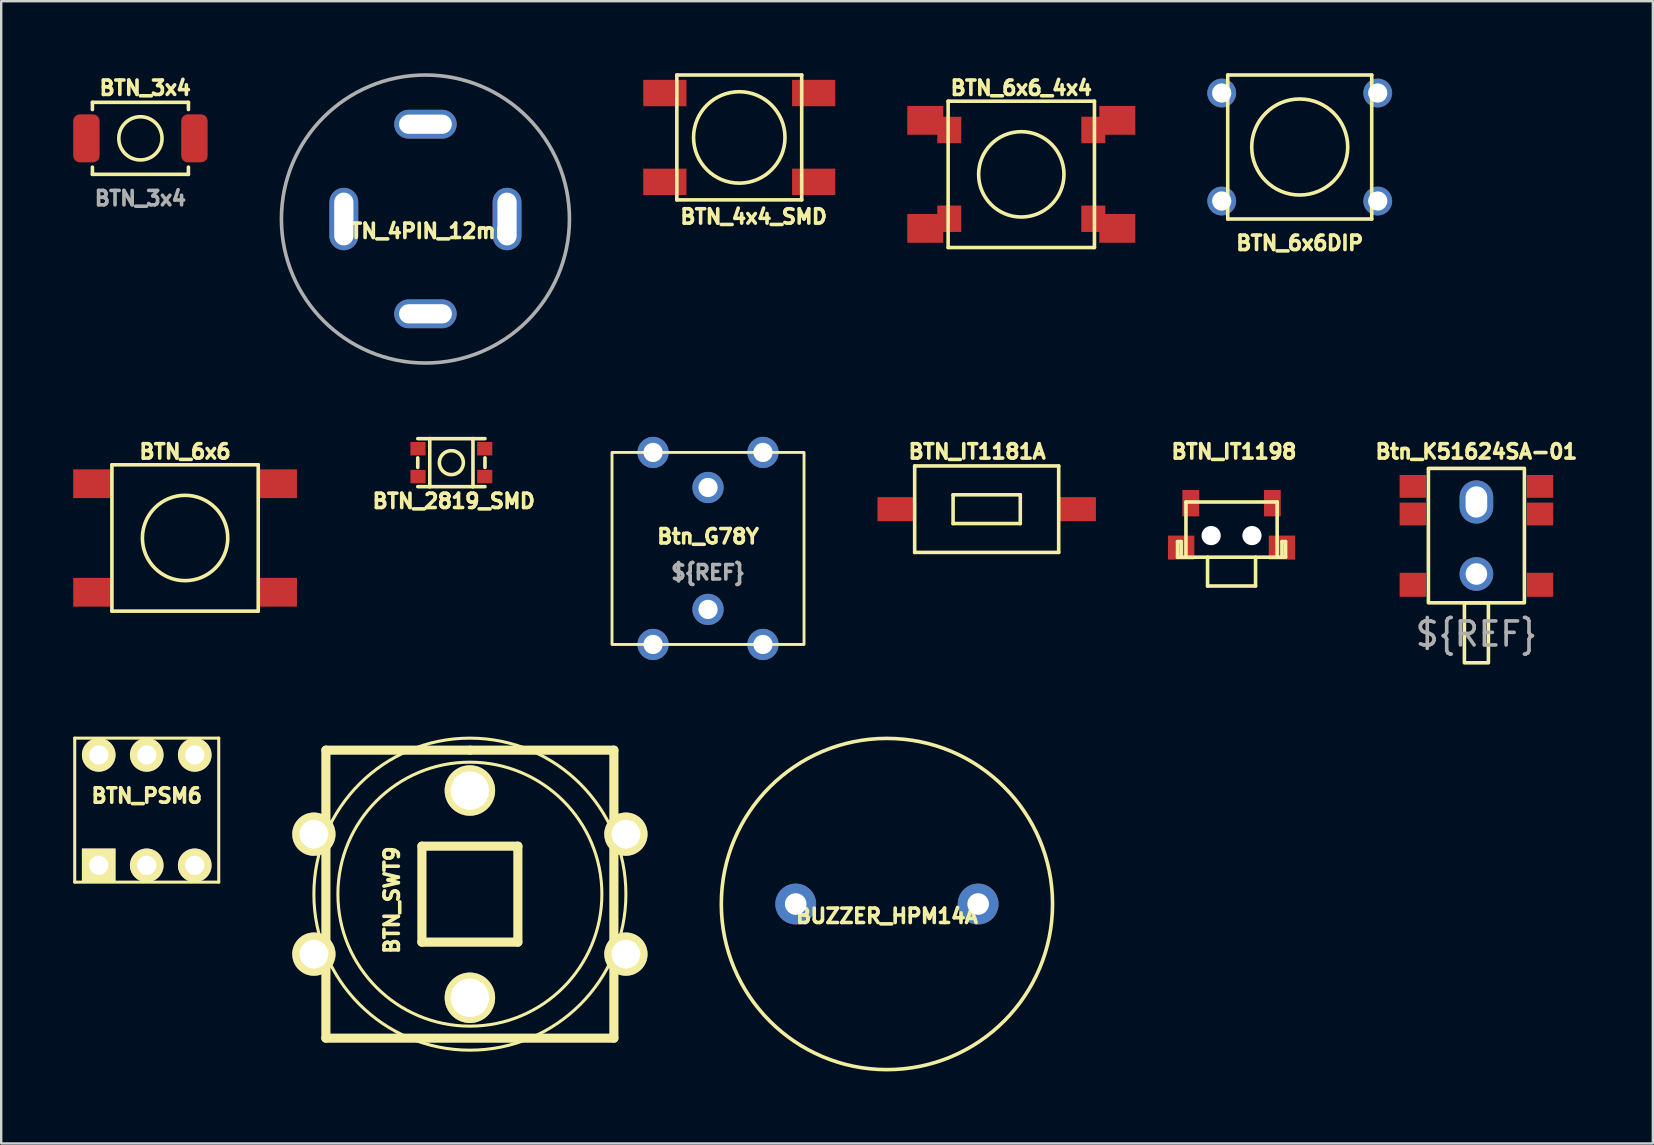
<source format=kicad_pcb>
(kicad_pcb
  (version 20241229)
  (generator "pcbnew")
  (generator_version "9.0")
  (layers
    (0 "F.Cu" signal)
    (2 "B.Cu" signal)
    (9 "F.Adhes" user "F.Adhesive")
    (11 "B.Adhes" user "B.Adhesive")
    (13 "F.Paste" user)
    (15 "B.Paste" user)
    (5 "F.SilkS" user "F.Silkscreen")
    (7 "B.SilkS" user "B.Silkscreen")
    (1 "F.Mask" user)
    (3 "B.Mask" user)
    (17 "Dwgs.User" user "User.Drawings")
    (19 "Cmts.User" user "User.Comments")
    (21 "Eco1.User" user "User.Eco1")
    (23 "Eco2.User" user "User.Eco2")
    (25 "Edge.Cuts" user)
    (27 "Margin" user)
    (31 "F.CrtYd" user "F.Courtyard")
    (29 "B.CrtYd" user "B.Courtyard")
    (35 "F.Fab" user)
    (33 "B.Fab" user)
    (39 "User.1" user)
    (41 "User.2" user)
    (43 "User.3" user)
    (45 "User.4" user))
  (footprint "BTN_IT1198"
    (layer "F.Cu")
    (at 48.26 21.364)
    (property "Reference" "BTN_IT1198" (at 0.1 -5.6 0) (layer "F.SilkS") (effects (font (size 0.6 0.6) (thickness 0.15))))
    (attr through_hole)
    (fp_line (start -2.25 -1.85) (end -2.1 -1.85) (stroke (width 0.15) (type solid)) (layer "F.SilkS"))
    (fp_line (start -2.25 -1.2) (end -2.25 -1.85) (stroke (width 0.15) (type solid)) (layer "F.SilkS"))
    (fp_line (start -2.25 -1.2) (end 2.25 -1.2) (stroke (width 0.15) (type solid)) (layer "F.SilkS"))
    (fp_line (start -2.1 -1.85) (end -2.1 -1.2) (stroke (width 0.15) (type solid)) (layer "F.SilkS"))
    (fp_line (start -1.9 -3.5) (end -1.9 -1.2) (stroke (width 0.15) (type solid)) (layer "F.SilkS"))
    (fp_line (start -1.9 -3.5) (end 1.9 -3.5) (stroke (width 0.15) (type solid)) (layer "F.SilkS"))
    (fp_line (start -1 -1.2) (end -1 0) (stroke (width 0.15) (type solid)) (layer "F.SilkS"))
    (fp_line (start -1 0) (end 1 0) (stroke (width 0.15) (type solid)) (layer "F.SilkS"))
    (fp_line (start 1 0) (end 1 -1.2) (stroke (width 0.15) (type solid)) (layer "F.SilkS"))
    (fp_line (start 1.9 -3.5) (end 1.9 -1.2) (stroke (width 0.15) (type solid)) (layer "F.SilkS"))
    (fp_line (start 2.1 -1.85) (end 2.1 -1.2) (stroke (width 0.15) (type solid)) (layer "F.SilkS"))
    (fp_line (start 2.25 -1.85) (end 2.1 -1.85) (stroke (width 0.15) (type solid)) (layer "F.SilkS"))
    (fp_line (start 2.25 -1.2) (end 2.25 -1.85) (stroke (width 0.15) (type solid)) (layer "F.SilkS"))
    (pad "" np_thru_hole circle (at -0.85 -2.1) (size 0.8 0.8) (drill 0.8) (layers "*.Cu"))
    (pad "" np_thru_hole circle (at 0.85 -2.1) (size 0.8 0.8) (drill 0.8) (layers "*.Cu"))
    (pad "1" smd rect (at -1.7 -3.45) (size 0.7 1.1) (layers "F.Cu" "F.Mask" "F.Paste"))
    (pad "2" smd rect (at 1.7 -3.45) (size 0.7 1.1) (layers "F.Cu" "F.Mask" "F.Paste"))
    (pad "H" smd rect (at -2.1 -1.6) (size 1.1 1) (layers "F.Cu" "F.Mask" "F.Paste"))
    (pad "H" smd rect (at 2.1 -1.6) (size 1.1 1) (layers "F.Cu" "F.Mask" "F.Paste")))
  (footprint "BUZZER_HPM14A"
    (layer "F.Cu")
    (at 33.902 34.614)
    (property "Reference" "BUZZER_HPM14A" (at 0 0.5 0) (layer "F.SilkS") (effects (font (size 0.6 0.6) (thickness 0.15))))
    (attr through_hole)
    (fp_circle (center 0 0) (end 6.9 0) (stroke (width 0.15) (type solid)) (fill no) (layer "F.SilkS"))
    (pad "1" thru_hole circle (at -3.8 0) (size 1.7 1.7) (drill 0.9) (layers "*.Cu" "*.Mask"))
    (pad "2" thru_hole circle (at 3.8 0) (size 1.7 1.7) (drill 0.9) (layers "*.Cu" "*.Mask")))
  (footprint "BTN_SWT9"
    (layer "F.Cu")
    (at 16.527 34.203)
    (property "Reference" "BTN_SWT9" (at -3.25 0.25 90) (layer "F.SilkS") (effects (font (size 0.6 0.6) (thickness 0.15))))
    (attr through_hole)
    (fp_line (start -5.999 -5.999) (end 0 -5.999) (stroke (width 0.381) (type solid)) (layer "F.SilkS"))
    (fp_line (start -5.999 5.999) (end -5.999 -5.999) (stroke (width 0.381) (type solid)) (layer "F.SilkS"))
    (fp_line (start -1.999 -1.999) (end 1.999 -1.999) (stroke (width 0.381) (type solid)) (layer "F.SilkS"))
    (fp_line (start -1.999 1.999) (end -1.999 -1.999) (stroke (width 0.381) (type solid)) (layer "F.SilkS"))
    (fp_line (start 0 -5.999) (end 5.999 -5.999) (stroke (width 0.381) (type solid)) (layer "F.SilkS"))
    (fp_line (start 1.999 -1.999) (end 1.999 1.999) (stroke (width 0.381) (type solid)) (layer "F.SilkS"))
    (fp_line (start 1.999 1.999) (end -1.999 1.999) (stroke (width 0.381) (type solid)) (layer "F.SilkS"))
    (fp_line (start 5.999 -5.999) (end 5.999 5.999) (stroke (width 0.381) (type solid)) (layer "F.SilkS"))
    (fp_line (start 5.999 5.999) (end -5.999 5.999) (stroke (width 0.381) (type solid)) (layer "F.SilkS"))
    (fp_circle (center 0 0) (end 5.499 0) (stroke (width 0.127) (type solid)) (fill no) (layer "F.SilkS"))
    (fp_circle (center 0 0) (end 6.5 0) (stroke (width 0.127) (type solid)) (fill no) (layer "F.SilkS"))
    (pad "1" thru_hole circle (at -6.5 -2.499) (size 1.801 1.801) (drill 1.199) (layers "*.Cu" "*.Mask" "F.SilkS"))
    (pad "1" thru_hole circle (at 6.5 -2.499) (size 1.801 1.801) (drill 1.199) (layers "*.Cu" "*.Mask" "F.SilkS"))
    (pad "2" thru_hole circle (at -6.5 2.499) (size 1.801 1.801) (drill 1.199) (layers "*.Cu" "*.Mask" "F.SilkS"))
    (pad "2" thru_hole circle (at 6.5 2.499) (size 1.801 1.801) (drill 1.199) (layers "*.Cu" "*.Mask" "F.SilkS"))
    (pad "H" thru_hole circle (at 0 -4.318) (size 2.101 2.101) (drill 1.6) (layers "*.Cu" "*.Mask" "F.SilkS"))
    (pad "H" thru_hole circle (at 0 4.318) (size 2.101 2.101) (drill 1.6) (layers "*.Cu" "*.Mask" "F.SilkS")))
  (footprint "BTN_6x6"
    (layer "F.Cu")
    (at 4.661 19.364)
    (property "Reference" "BTN_6x6" (at 0 -3.6 0) (layer "F.SilkS") (effects (font (size 0.6 0.6) (thickness 0.15))))
    (attr through_hole)
    (fp_line (start -3.048 -3.048) (end -3.048 3.048) (stroke (width 0.15) (type solid)) (layer "F.SilkS"))
    (fp_line (start -3.048 3.048) (end 3.048 3.048) (stroke (width 0.15) (type solid)) (layer "F.SilkS"))
    (fp_line (start 3.048 -3.048) (end -3.048 -3.048) (stroke (width 0.15) (type solid)) (layer "F.SilkS"))
    (fp_line (start 3.048 3.048) (end 3.048 -3.048) (stroke (width 0.15) (type solid)) (layer "F.SilkS"))
    (fp_circle (center 0 0) (end -1.778 0) (stroke (width 0.15) (type solid)) (fill no) (layer "F.SilkS"))
    (pad "1" smd rect (at -3.861 -2.261) (size 1.6 1.199) (layers "F.Cu" "F.Mask" "F.Paste"))
    (pad "1" smd rect (at 3.861 -2.261) (size 1.6 1.199) (layers "F.Cu" "F.Mask" "F.Paste"))
    (pad "2" smd rect (at -3.861 2.261) (size 1.6 1.199) (layers "F.Cu" "F.Mask" "F.Paste"))
    (pad "2" smd rect (at 3.861 2.261) (size 1.6 1.199) (layers "F.Cu" "F.Mask" "F.Paste")))
  (footprint "BTN_2819_SMD"
    (layer "F.Cu")
    (at 15.755 16.225)
    (property "Reference" "BTN_2819_SMD" (at 0.1 1.6 0) (layer "F.SilkS") (effects (font (size 0.599 0.599) (thickness 0.15))))
    (attr through_hole)
    (fp_line (start -1.4 -0.2) (end -1.4 0.2) (stroke (width 0.15) (type solid)) (layer "F.SilkS"))
    (fp_line (start -0.9 -1) (end -1.4 -1) (stroke (width 0.15) (type solid)) (layer "F.SilkS"))
    (fp_line (start -0.9 -1) (end -0.9 1) (stroke (width 0.15) (type solid)) (layer "F.SilkS"))
    (fp_line (start -0.9 1) (end -1.4 1) (stroke (width 0.15) (type solid)) (layer "F.SilkS"))
    (fp_line (start -0.9 1) (end 0.9 1) (stroke (width 0.15) (type solid)) (layer "F.SilkS"))
    (fp_line (start 0.9 -1) (end -0.9 -1) (stroke (width 0.15) (type solid)) (layer "F.SilkS"))
    (fp_line (start 0.9 1) (end 0.9 -1) (stroke (width 0.15) (type solid)) (layer "F.SilkS"))
    (fp_line (start 1.4 -1) (end 0.9 -1) (stroke (width 0.15) (type solid)) (layer "F.SilkS"))
    (fp_line (start 1.4 -0.2) (end 1.4 0.2) (stroke (width 0.15) (type solid)) (layer "F.SilkS"))
    (fp_line (start 1.4 1) (end 0.9 1) (stroke (width 0.15) (type solid)) (layer "F.SilkS"))
    (fp_circle (center 0 0) (end 0.5 0) (stroke (width 0.15) (type solid)) (fill no) (layer "F.SilkS"))
    (pad "1" smd rect (at -1.39 -0.58) (size 0.63 0.56) (layers "F.Cu" "F.Mask" "F.Paste"))
    (pad "1" smd rect (at 1.39 -0.58) (size 0.63 0.56) (layers "F.Cu" "F.Mask" "F.Paste"))
    (pad "2" smd rect (at -1.39 0.58) (size 0.63 0.56) (layers "F.Cu" "F.Mask" "F.Paste"))
    (pad "2" smd rect (at 1.39 0.58) (size 0.63 0.56) (layers "F.Cu" "F.Mask" "F.Paste")))
  (footprint "BTN_3x4"
    (layer "F.Cu")
    (at 2.8 2.714)
    (property "Reference" "BTN_3x4" (at 0.2 -2.1 0) (unlocked yes) (layer "F.SilkS") (effects (font (size 0.6 0.6) (thickness 0.15) (bold yes))))
    (attr smd)
    (fp_line (start -2 -1.5) (end -2 -1.2) (stroke (width 0.15) (type default)) (layer "F.SilkS"))
    (fp_line (start -2 -1.5) (end 2 -1.5) (stroke (width 0.15) (type default)) (layer "F.SilkS"))
    (fp_line (start -2 1.5) (end -2 1.2) (stroke (width 0.15) (type default)) (layer "F.SilkS"))
    (fp_line (start 2 -1.5) (end 2 -1.2) (stroke (width 0.15) (type default)) (layer "F.SilkS"))
    (fp_line (start 2 1.5) (end -2 1.5) (stroke (width 0.15) (type default)) (layer "F.SilkS"))
    (fp_line (start 2 1.5) (end 2 1.2) (stroke (width 0.15) (type default)) (layer "F.SilkS"))
    (fp_circle (center 0 0) (end 0.9 0) (stroke (width 0.15) (type default)) (fill no) (layer "F.SilkS"))
    (fp_text user "${REFERENCE}" (at 0 2.5 0) (unlocked yes) (layer "F.Fab") (effects (font (size 0.6 0.6) (thickness 0.15))))
    (pad "1" smd roundrect (at -2.25 0) (size 1.1 2) (layers "F.Cu" "F.Mask" "F.Paste") (roundrect_rratio 0.25))
    (pad "2" smd roundrect (at 2.25 0) (size 1.1 2) (layers "F.Cu" "F.Mask" "F.Paste") (roundrect_rratio 0.25)))
  (footprint "BTN_6x6_4x4"
    (layer "F.Cu")
    (at 39.5 4.214)
    (property "Reference" "BTN_6x6_4x4" (at 0 -3.6 0) (layer "F.SilkS") (effects (font (size 0.6 0.6) (thickness 0.15))))
    (attr through_hole)
    (fp_line (start -3.048 -3.048) (end -3.048 3.048) (stroke (width 0.15) (type solid)) (layer "F.SilkS"))
    (fp_line (start -3.048 3.048) (end 3.048 3.048) (stroke (width 0.15) (type solid)) (layer "F.SilkS"))
    (fp_line (start 3.048 -3.048) (end -3.048 -3.048) (stroke (width 0.15) (type solid)) (layer "F.SilkS"))
    (fp_line (start 3.048 3.048) (end 3.048 -3.048) (stroke (width 0.15) (type solid)) (layer "F.SilkS"))
    (fp_circle (center 0 0) (end -1.778 0) (stroke (width 0.15) (type solid)) (fill no) (layer "F.SilkS"))
    (pad "1" smd rect (at -4 -2.25) (size 1.5 1.2) (layers "F.Cu" "F.Mask" "F.Paste"))
    (pad "1" smd rect (at -3 -1.85) (size 1 1.1) (layers "F.Cu" "F.Mask" "F.Paste"))
    (pad "1" smd rect (at 3 -1.85) (size 1 1.1) (layers "F.Cu" "F.Mask" "F.Paste"))
    (pad "1" smd rect (at 4 -2.25) (size 1.5 1.2) (layers "F.Cu" "F.Mask" "F.Paste"))
    (pad "2" smd rect (at -4 2.25) (size 1.5 1.2) (layers "F.Cu" "F.Mask" "F.Paste"))
    (pad "2" smd rect (at -3 1.85) (size 1 1.1) (layers "F.Cu" "F.Mask" "F.Paste"))
    (pad "2" smd rect (at 3 1.85) (size 1 1.1) (layers "F.Cu" "F.Mask" "F.Paste"))
    (pad "2" smd rect (at 4 2.25) (size 1.5 1.2) (layers "F.Cu" "F.Mask" "F.Paste")))
  (footprint "BTN_IT1181A"
    (layer "F.Cu")
    (at 38.058 18.164)
    (property "Reference" "BTN_IT1181A" (at -0.399 -2.4 0) (layer "F.SilkS") (effects (font (size 0.599 0.599) (thickness 0.15))))
    (attr through_hole)
    (fp_line (start -3 -1.801) (end 3 -1.801) (stroke (width 0.15) (type solid)) (layer "F.SilkS"))
    (fp_line (start -3 1.801) (end -3 -1.801) (stroke (width 0.15) (type solid)) (layer "F.SilkS"))
    (fp_line (start -1.4 -0.599) (end 1.4 -0.599) (stroke (width 0.15) (type solid)) (layer "F.SilkS"))
    (fp_line (start -1.4 0.599) (end -1.4 -0.599) (stroke (width 0.15) (type solid)) (layer "F.SilkS"))
    (fp_line (start 1.4 -0.599) (end 1.4 0.599) (stroke (width 0.15) (type solid)) (layer "F.SilkS"))
    (fp_line (start 1.4 0.599) (end -1.4 0.599) (stroke (width 0.15) (type solid)) (layer "F.SilkS"))
    (fp_line (start 3 -1.801) (end 3 1.801) (stroke (width 0.15) (type solid)) (layer "F.SilkS"))
    (fp_line (start 3 1.801) (end -3 1.801) (stroke (width 0.15) (type solid)) (layer "F.SilkS"))
    (pad "1" smd rect (at -3.8 0) (size 1.501 1.001) (layers "F.Cu" "F.Mask" "F.Paste"))
    (pad "2" smd rect (at 3.8 0) (size 1.501 1.001) (layers "F.Cu" "F.Mask" "F.Paste")))
  (footprint "Btn_K51624SA-01"
    (layer "F.Cu")
    (at 58.461 20.864)
    (property "Reference" "Btn_K51624SA-01" (at 0 -5.1 0) (unlocked yes) (layer "F.SilkS") (effects (font (size 0.6 0.6) (thickness 0.15))))
    (attr through_hole)
    (fp_rect (start -2 1.2) (end 2 -4.4) (stroke (width 0.15) (type solid)) (fill no) (layer "F.SilkS"))
    (fp_rect (start -0.5 1.2) (end 0.5 3.7) (stroke (width 0.15) (type solid)) (fill no) (layer "F.SilkS"))
    (fp_text user "${REF}" (at 0 2.5 0) (unlocked yes) (layer "F.Fab") (effects (font (size 1 1) (thickness 0.15))))
    (pad "1" smd rect (at -2.65 0.45) (size 1.1 1) (layers "F.Cu" "F.Mask" "F.Paste"))
    (pad "2" smd rect (at 2.65 0.45) (size 1.1 1) (layers "F.Cu" "F.Mask" "F.Paste"))
    (pad "H" smd rect (at -2.65 -3.65) (size 1.1 0.95) (layers "F.Cu" "F.Mask" "F.Paste"))
    (pad "H" smd rect (at -2.65 -2.5) (size 1.1 0.95) (layers "F.Cu" "F.Mask" "F.Paste"))
    (pad "H" thru_hole oval (at 0 -3) (size 1.4 1.8) (drill oval 0.9 1.3) (layers "*.Cu" "*.Mask"))
    (pad "H" thru_hole circle (at 0 0) (size 1.4 1.4) (drill 0.9) (layers "*.Cu" "*.Mask"))
    (pad "H" smd rect (at 2.65 -3.65) (size 1.1 0.95) (layers "F.Cu" "F.Mask" "F.Paste"))
    (pad "H" smd rect (at 2.65 -2.5) (size 1.1 0.95) (layers "F.Cu" "F.Mask" "F.Paste")))
  (footprint "Btn_G78Y"
    (layer "F.Cu")
    (at 26.448 19.8)
    (property "Reference" "Btn_G78Y" (at 0 -0.5 0) (unlocked yes) (layer "F.SilkS") (effects (font (size 0.6 0.6) (thickness 0.15))))
    (attr through_hole)
    (fp_rect (start -4 -4) (end 4 4) (stroke (width 0.12) (type solid)) (fill no) (layer "F.SilkS"))
    (fp_text user "${REF}" (at 0 1 0) (unlocked yes) (layer "F.Fab") (effects (font (size 0.6 0.6) (thickness 0.15))))
    (pad "1" thru_hole circle (at -2.29 -4) (size 1.3 1.3) (drill 0.8) (layers "*.Cu" "*.Mask"))
    (pad "1" thru_hole circle (at -2.29 4) (size 1.3 1.3) (drill 0.8) (layers "*.Cu" "*.Mask"))
    (pad "1" thru_hole circle (at 0 2.54) (size 1.3 1.3) (drill 0.8) (layers "*.Cu" "*.Mask"))
    (pad "2" thru_hole circle (at 0 -2.54) (size 1.3 1.3) (drill 0.8) (layers "*.Cu" "*.Mask"))
    (pad "2" thru_hole circle (at 2.29 -4) (size 1.3 1.3) (drill 0.8) (layers "*.Cu" "*.Mask"))
    (pad "2" thru_hole circle (at 2.29 4) (size 1.3 1.3) (drill 0.8) (layers "*.Cu" "*.Mask")))
  (footprint "BTN_PSM6"
    (layer "F.Cu")
    (at 3.063 30.702)
    (property "Reference" "BTN_PSM6" (at 0 -0.6 0) (layer "F.SilkS") (effects (font (size 0.6 0.6) (thickness 0.15))))
    (attr through_hole)
    (fp_line (start -3 -3) (end 3 -3) (stroke (width 0.127) (type solid)) (layer "F.SilkS"))
    (fp_line (start -3 3) (end -3 -3) (stroke (width 0.127) (type solid)) (layer "F.SilkS"))
    (fp_line (start 3 -3) (end 3 3) (stroke (width 0.127) (type solid)) (layer "F.SilkS"))
    (fp_line (start 3 3) (end -3 3) (stroke (width 0.127) (type solid)) (layer "F.SilkS"))
    (pad "1" thru_hole rect (at -2 2.3) (size 1.4 1.4) (drill 0.8) (layers "*.Cu" "*.Mask" "F.SilkS"))
    (pad "2" thru_hole circle (at 0 2.3) (size 1.4 1.4) (drill 0.8) (layers "*.Cu" "*.Mask" "F.SilkS"))
    (pad "3" thru_hole circle (at 2 2.3) (size 1.4 1.4) (drill 0.8) (layers "*.Cu" "*.Mask" "F.SilkS"))
    (pad "4" thru_hole circle (at 2 -2.3) (size 1.4 1.4) (drill 0.8) (layers "*.Cu" "*.Mask" "F.SilkS"))
    (pad "5" thru_hole circle (at 0 -2.3) (size 1.4 1.4) (drill 0.8) (layers "*.Cu" "*.Mask" "F.SilkS"))
    (pad "6" thru_hole circle (at -2 -2.3) (size 1.4 1.4) (drill 0.8) (layers "*.Cu" "*.Mask" "F.SilkS")))
  (footprint "BTN_4x4_SMD"
    (layer "F.Cu")
    (at 27.75 2.676)
    (property "Reference" "BTN_4x4_SMD" (at 0.6 3.3 0) (layer "F.SilkS") (effects (font (size 0.599 0.599) (thickness 0.15))))
    (attr through_hole)
    (fp_line (start -2.601 -2.601) (end -2.601 2.601) (stroke (width 0.15) (type solid)) (layer "F.SilkS"))
    (fp_line (start -2.601 2.601) (end 2.601 2.601) (stroke (width 0.15) (type solid)) (layer "F.SilkS"))
    (fp_line (start 2.601 -2.601) (end -2.601 -2.601) (stroke (width 0.15) (type solid)) (layer "F.SilkS"))
    (fp_line (start 2.601 2.601) (end 2.601 -2.601) (stroke (width 0.15) (type solid)) (layer "F.SilkS"))
    (fp_circle (center 0 0) (end 0.95 1.651) (stroke (width 0.15) (type solid)) (fill no) (layer "F.SilkS"))
    (pad "1" smd rect (at -3.1 -1.85) (size 1.8 1.1) (layers "F.Cu" "F.Mask" "F.Paste"))
    (pad "1" smd rect (at 3.1 -1.85) (size 1.8 1.1) (layers "F.Cu" "F.Mask" "F.Paste"))
    (pad "2" smd rect (at -3.1 1.85) (size 1.8 1.1) (layers "F.Cu" "F.Mask" "F.Paste"))
    (pad "2" smd rect (at 3.1 1.85) (size 1.8 1.1) (layers "F.Cu" "F.Mask" "F.Paste")))
  (footprint "BTN_6x6DIP"
    (layer "F.Cu")
    (at 51.1 3.075)
    (property "Reference" "BTN_6x6DIP" (at 0 4 0) (layer "F.SilkS") (effects (font (size 0.6 0.6) (thickness 0.15))))
    (attr through_hole)
    (fp_line (start -3 -3) (end 3 -3) (stroke (width 0.15) (type solid)) (layer "F.SilkS"))
    (fp_line (start -3 3) (end -3 -3) (stroke (width 0.15) (type solid)) (layer "F.SilkS"))
    (fp_line (start 3 -3) (end 3 3) (stroke (width 0.15) (type solid)) (layer "F.SilkS"))
    (fp_line (start 3 3) (end -3 3) (stroke (width 0.15) (type solid)) (layer "F.SilkS"))
    (fp_circle (center 0 0) (end 2 0) (stroke (width 0.15) (type solid)) (fill no) (layer "F.SilkS"))
    (pad "1" thru_hole circle (at -3.25 -2.25) (size 1.2 1.2) (drill 0.8) (layers "*.Cu" "F.Mask"))
    (pad "1" thru_hole circle (at 3.25 -2.25) (size 1.2 1.2) (drill 0.8) (layers "F.Cu" "F.Mask"))
    (pad "2" thru_hole circle (at -3.25 2.25) (size 1.2 1.2) (drill 0.8) (layers "*.Cu" "F.Mask"))
    (pad "2" thru_hole circle (at 3.25 2.25) (size 1.2 1.2) (drill 0.8) (layers "*.Cu" "*.Mask")))
  (footprint "BTN_4PIN_12mm"
    (layer "F.Cu")
    (at 14.675 6.075)
    (property "Reference" "BTN_4PIN_12mm" (at 0 0.5 0) (layer "F.SilkS") (effects (font (size 0.6 0.6) (thickness 0.15))))
    (attr through_hole)
    (fp_circle (center 0 0) (end 6 0) (stroke (width 0.15) (type solid)) (fill no) (layer "F.Fab"))
    (pad "1" thru_hole oval (at -3.4 0 90) (size 2.6 1.2) (drill oval 2.2 0.8) (layers "*.Cu"))
    (pad "2" thru_hole oval (at 0 3.95 180) (size 2.6 1.2) (drill oval 2.2 0.8) (layers "*.Cu"))
    (pad "3" thru_hole oval (at 3.4 0 90) (size 2.6 1.2) (drill oval 2.2 0.8) (layers "*.Cu"))
    (pad "4" thru_hole oval (at 0 -3.95 180) (size 2.6 1.2) (drill oval 2.2 0.8) (layers "*.Cu" "F.Mask")))
  (gr_rect
    (start -3 -3)
    (end 65.812 44.589)
    (stroke (width 0.1) (type default))
    (fill no)
    (layer "Edge.Cuts")))
</source>
